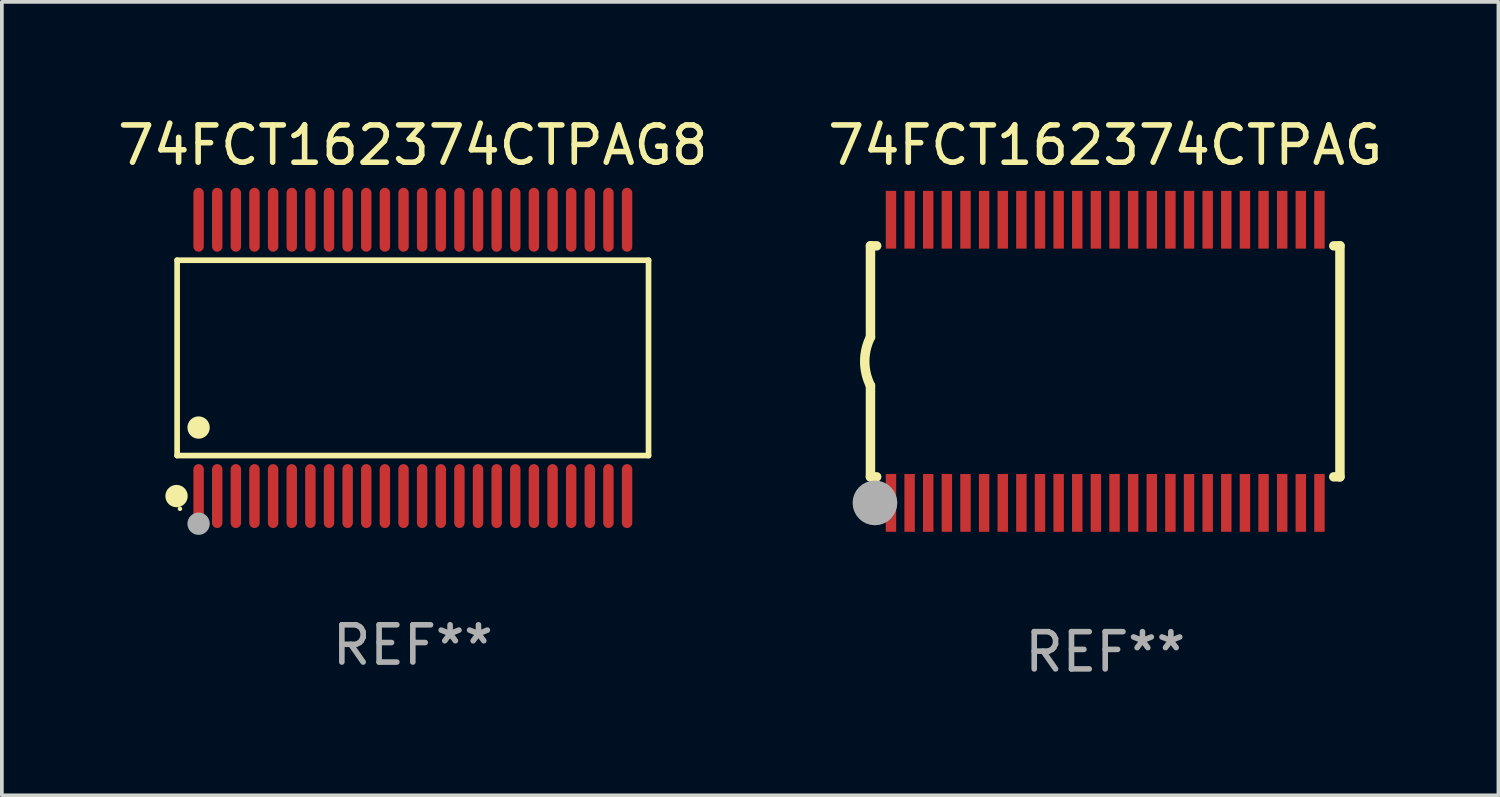
<source format=kicad_pcb>
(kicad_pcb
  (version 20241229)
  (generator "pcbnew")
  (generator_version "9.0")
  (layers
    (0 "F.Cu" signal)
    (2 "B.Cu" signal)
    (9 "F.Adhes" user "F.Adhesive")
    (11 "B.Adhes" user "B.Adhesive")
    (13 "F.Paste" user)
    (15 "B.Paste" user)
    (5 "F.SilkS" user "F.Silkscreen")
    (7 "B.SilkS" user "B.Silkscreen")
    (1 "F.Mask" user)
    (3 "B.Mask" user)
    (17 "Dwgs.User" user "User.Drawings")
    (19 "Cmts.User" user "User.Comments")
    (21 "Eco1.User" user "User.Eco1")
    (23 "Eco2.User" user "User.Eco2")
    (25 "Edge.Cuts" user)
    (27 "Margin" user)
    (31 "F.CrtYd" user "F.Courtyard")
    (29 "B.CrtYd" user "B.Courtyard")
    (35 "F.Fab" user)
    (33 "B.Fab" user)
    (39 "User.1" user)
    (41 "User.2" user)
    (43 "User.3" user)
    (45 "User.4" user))
  (footprint "74FCT162374CTPAG8"
    (layer "F.Cu")
    (at 8.03 6.556)
    (property "Reference" "74FCT162374CTPAG8" (at 0 -5.708 0) (layer "F.SilkS") (effects (font (size 1 1) (thickness 0.15))))
    (attr through_hole)
    (fp_line (start -6.326 -2.622) (end 6.326 -2.622) (stroke (width 0.152) (type solid)) (layer "F.SilkS"))
    (fp_line (start -6.326 2.621) (end -6.326 -2.622) (stroke (width 0.152) (type solid)) (layer "F.SilkS"))
    (fp_line (start 6.326 -2.622) (end 6.326 2.621) (stroke (width 0.152) (type solid)) (layer "F.SilkS"))
    (fp_line (start 6.326 2.621) (end -6.326 2.621) (stroke (width 0.152) (type solid)) (layer "F.SilkS"))
    (fp_circle (center -6.342 3.708) (end -6.192 3.708) (stroke (width 0.3) (type solid)) (fill no) (layer "F.SilkS"))
    (fp_circle (center -6.25 4.05) (end -6.22 4.05) (stroke (width 0.06) (type solid)) (fill no) (layer "F.SilkS"))
    (fp_circle (center -5.75 1.869) (end -5.6 1.869) (stroke (width 0.3) (type solid)) (fill no) (layer "F.SilkS"))
    (fp_circle (center -5.75 4.45) (end -5.6 4.45) (stroke (width 0.3) (type solid)) (fill no) (layer "F.Fab"))
    (fp_text user "REF**" (at 0 7.708 0) (layer "F.Fab") (effects (font (size 1 1) (thickness 0.15))))
    (pad "1" smd oval (at -5.75 3.708) (size 0.28 1.715) (layers "F.Cu" "F.Mask" "F.Paste"))
    (pad "2" smd oval (at -5.25 3.708) (size 0.28 1.715) (layers "F.Cu" "F.Mask" "F.Paste"))
    (pad "3" smd oval (at -4.75 3.708) (size 0.28 1.715) (layers "F.Cu" "F.Mask" "F.Paste"))
    (pad "4" smd oval (at -4.25 3.708) (size 0.28 1.715) (layers "F.Cu" "F.Mask" "F.Paste"))
    (pad "5" smd oval (at -3.75 3.708) (size 0.28 1.715) (layers "F.Cu" "F.Mask" "F.Paste"))
    (pad "6" smd oval (at -3.25 3.708) (size 0.28 1.715) (layers "F.Cu" "F.Mask" "F.Paste"))
    (pad "7" smd oval (at -2.75 3.708) (size 0.28 1.715) (layers "F.Cu" "F.Mask" "F.Paste"))
    (pad "8" smd oval (at -2.25 3.708) (size 0.28 1.715) (layers "F.Cu" "F.Mask" "F.Paste"))
    (pad "9" smd oval (at -1.75 3.708) (size 0.28 1.715) (layers "F.Cu" "F.Mask" "F.Paste"))
    (pad "10" smd oval (at -1.25 3.708) (size 0.28 1.715) (layers "F.Cu" "F.Mask" "F.Paste"))
    (pad "11" smd oval (at -0.75 3.708) (size 0.28 1.715) (layers "F.Cu" "F.Mask" "F.Paste"))
    (pad "12" smd oval (at -0.25 3.708) (size 0.28 1.715) (layers "F.Cu" "F.Mask" "F.Paste"))
    (pad "13" smd oval (at 0.25 3.708) (size 0.28 1.715) (layers "F.Cu" "F.Mask" "F.Paste"))
    (pad "14" smd oval (at 0.75 3.708) (size 0.28 1.715) (layers "F.Cu" "F.Mask" "F.Paste"))
    (pad "15" smd oval (at 1.25 3.708) (size 0.28 1.715) (layers "F.Cu" "F.Mask" "F.Paste"))
    (pad "16" smd oval (at 1.75 3.708) (size 0.28 1.715) (layers "F.Cu" "F.Mask" "F.Paste"))
    (pad "17" smd oval (at 2.25 3.708) (size 0.28 1.715) (layers "F.Cu" "F.Mask" "F.Paste"))
    (pad "18" smd oval (at 2.75 3.708) (size 0.28 1.715) (layers "F.Cu" "F.Mask" "F.Paste"))
    (pad "19" smd oval (at 3.25 3.708) (size 0.28 1.715) (layers "F.Cu" "F.Mask" "F.Paste"))
    (pad "20" smd oval (at 3.75 3.708) (size 0.28 1.715) (layers "F.Cu" "F.Mask" "F.Paste"))
    (pad "21" smd oval (at 4.25 3.708) (size 0.28 1.715) (layers "F.Cu" "F.Mask" "F.Paste"))
    (pad "22" smd oval (at 4.75 3.708) (size 0.28 1.715) (layers "F.Cu" "F.Mask" "F.Paste"))
    (pad "23" smd oval (at 5.25 3.708) (size 0.28 1.715) (layers "F.Cu" "F.Mask" "F.Paste"))
    (pad "24" smd oval (at 5.75 3.708) (size 0.28 1.715) (layers "F.Cu" "F.Mask" "F.Paste"))
    (pad "25" smd oval (at 5.75 -3.708) (size 0.28 1.715) (layers "F.Cu" "F.Mask" "F.Paste"))
    (pad "26" smd oval (at 5.25 -3.708) (size 0.28 1.715) (layers "F.Cu" "F.Mask" "F.Paste"))
    (pad "27" smd oval (at 4.75 -3.708) (size 0.28 1.715) (layers "F.Cu" "F.Mask" "F.Paste"))
    (pad "28" smd oval (at 4.25 -3.708) (size 0.28 1.715) (layers "F.Cu" "F.Mask" "F.Paste"))
    (pad "29" smd oval (at 3.75 -3.708) (size 0.28 1.715) (layers "F.Cu" "F.Mask" "F.Paste"))
    (pad "30" smd oval (at 3.25 -3.708) (size 0.28 1.715) (layers "F.Cu" "F.Mask" "F.Paste"))
    (pad "31" smd oval (at 2.75 -3.708) (size 0.28 1.715) (layers "F.Cu" "F.Mask" "F.Paste"))
    (pad "32" smd oval (at 2.25 -3.708) (size 0.28 1.715) (layers "F.Cu" "F.Mask" "F.Paste"))
    (pad "33" smd oval (at 1.75 -3.708) (size 0.28 1.715) (layers "F.Cu" "F.Mask" "F.Paste"))
    (pad "34" smd oval (at 1.25 -3.708) (size 0.28 1.715) (layers "F.Cu" "F.Mask" "F.Paste"))
    (pad "35" smd oval (at 0.75 -3.708) (size 0.28 1.715) (layers "F.Cu" "F.Mask" "F.Paste"))
    (pad "36" smd oval (at 0.25 -3.708) (size 0.28 1.715) (layers "F.Cu" "F.Mask" "F.Paste"))
    (pad "37" smd oval (at -0.25 -3.708) (size 0.28 1.715) (layers "F.Cu" "F.Mask" "F.Paste"))
    (pad "38" smd oval (at -0.75 -3.708) (size 0.28 1.715) (layers "F.Cu" "F.Mask" "F.Paste"))
    (pad "39" smd oval (at -1.25 -3.708) (size 0.28 1.715) (layers "F.Cu" "F.Mask" "F.Paste"))
    (pad "40" smd oval (at -1.75 -3.708) (size 0.28 1.715) (layers "F.Cu" "F.Mask" "F.Paste"))
    (pad "41" smd oval (at -2.25 -3.708) (size 0.28 1.715) (layers "F.Cu" "F.Mask" "F.Paste"))
    (pad "42" smd oval (at -2.75 -3.708) (size 0.28 1.715) (layers "F.Cu" "F.Mask" "F.Paste"))
    (pad "43" smd oval (at -3.25 -3.708) (size 0.28 1.715) (layers "F.Cu" "F.Mask" "F.Paste"))
    (pad "44" smd oval (at -3.75 -3.708) (size 0.28 1.715) (layers "F.Cu" "F.Mask" "F.Paste"))
    (pad "45" smd oval (at -4.25 -3.708) (size 0.28 1.715) (layers "F.Cu" "F.Mask" "F.Paste"))
    (pad "46" smd oval (at -4.75 -3.708) (size 0.28 1.715) (layers "F.Cu" "F.Mask" "F.Paste"))
    (pad "47" smd oval (at -5.25 -3.708) (size 0.28 1.715) (layers "F.Cu" "F.Mask" "F.Paste"))
    (pad "48" smd oval (at -5.75 -3.708) (size 0.28 1.715) (layers "F.Cu" "F.Mask" "F.Paste")))
  (footprint "74FCT162374CTPAG"
    (layer "F.Cu")
    (at 26.613 6.648)
    (property "Reference" "74FCT162374CTPAG" (at 0 -5.8 0) (layer "F.SilkS") (effects (font (size 1 1) (thickness 0.15))))
    (attr through_hole)
    (fp_line (start -6.3 -3.1) (end -6.3 -0.65) (stroke (width 0.254) (type solid)) (layer "F.SilkS"))
    (fp_line (start -6.3 -3.1) (end -6.134 -3.1) (stroke (width 0.254) (type solid)) (layer "F.SilkS"))
    (fp_line (start -6.3 3.1) (end -6.3 0.65) (stroke (width 0.254) (type solid)) (layer "F.SilkS"))
    (fp_line (start -6.3 3.1) (end -6.134 3.1) (stroke (width 0.254) (type solid)) (layer "F.SilkS"))
    (fp_line (start 6.134 -3.1) (end 6.3 -3.1) (stroke (width 0.254) (type solid)) (layer "F.SilkS"))
    (fp_line (start 6.134 3.1) (end 6.3 3.1) (stroke (width 0.254) (type solid)) (layer "F.SilkS"))
    (fp_line (start 6.3 -3.1) (end 6.3 3.1) (stroke (width 0.254) (type solid)) (layer "F.SilkS"))
    (fp_arc (start -6.301016 0.650114) (mid -6.45413 -0.000082) (end -6.3 -0.650038) (stroke (width 0.254001) (type solid)) (layer "F.SilkS"))
    (fp_circle (center -6.35 3.81) (end -6.223 3.81) (stroke (width 0.254) (type solid)) (fill no) (layer "F.SilkS"))
    (fp_circle (center -6.25 4.05) (end -6.22 4.05) (stroke (width 0.06) (type solid)) (fill no) (layer "F.SilkS"))
    (fp_circle (center -6.18 3.8) (end -5.88 3.8) (stroke (width 0.6) (type solid)) (fill no) (layer "F.Fab"))
    (fp_text user "REF**" (at 0 7.8 0) (layer "F.Fab") (effects (font (size 1 1) (thickness 0.15))))
    (pad "1" smd rect (at -5.75 3.8) (size 0.28 1.55) (layers "F.Cu" "F.Mask" "F.Paste"))
    (pad "2" smd rect (at -5.25 3.8) (size 0.28 1.55) (layers "F.Cu" "F.Mask" "F.Paste"))
    (pad "3" smd rect (at -4.75 3.8) (size 0.28 1.55) (layers "F.Cu" "F.Mask" "F.Paste"))
    (pad "4" smd rect (at -4.25 3.8) (size 0.28 1.55) (layers "F.Cu" "F.Mask" "F.Paste"))
    (pad "5" smd rect (at -3.75 3.8) (size 0.28 1.55) (layers "F.Cu" "F.Mask" "F.Paste"))
    (pad "6" smd rect (at -3.25 3.8) (size 0.28 1.55) (layers "F.Cu" "F.Mask" "F.Paste"))
    (pad "7" smd rect (at -2.75 3.8) (size 0.28 1.55) (layers "F.Cu" "F.Mask" "F.Paste"))
    (pad "8" smd rect (at -2.25 3.8) (size 0.28 1.55) (layers "F.Cu" "F.Mask" "F.Paste"))
    (pad "9" smd rect (at -1.75 3.8) (size 0.28 1.55) (layers "F.Cu" "F.Mask" "F.Paste"))
    (pad "10" smd rect (at -1.25 3.8) (size 0.28 1.55) (layers "F.Cu" "F.Mask" "F.Paste"))
    (pad "11" smd rect (at -0.75 3.8) (size 0.28 1.55) (layers "F.Cu" "F.Mask" "F.Paste"))
    (pad "12" smd rect (at -0.25 3.8) (size 0.28 1.55) (layers "F.Cu" "F.Mask" "F.Paste"))
    (pad "13" smd rect (at 0.25 3.8) (size 0.28 1.55) (layers "F.Cu" "F.Mask" "F.Paste"))
    (pad "14" smd rect (at 0.75 3.8) (size 0.28 1.55) (layers "F.Cu" "F.Mask" "F.Paste"))
    (pad "15" smd rect (at 1.25 3.8) (size 0.28 1.55) (layers "F.Cu" "F.Mask" "F.Paste"))
    (pad "16" smd rect (at 1.75 3.8) (size 0.28 1.55) (layers "F.Cu" "F.Mask" "F.Paste"))
    (pad "17" smd rect (at 2.25 3.8) (size 0.28 1.55) (layers "F.Cu" "F.Mask" "F.Paste"))
    (pad "18" smd rect (at 2.75 3.8) (size 0.28 1.55) (layers "F.Cu" "F.Mask" "F.Paste"))
    (pad "19" smd rect (at 3.25 3.8) (size 0.28 1.55) (layers "F.Cu" "F.Mask" "F.Paste"))
    (pad "20" smd rect (at 3.75 3.8) (size 0.28 1.55) (layers "F.Cu" "F.Mask" "F.Paste"))
    (pad "21" smd rect (at 4.25 3.8) (size 0.28 1.55) (layers "F.Cu" "F.Mask" "F.Paste"))
    (pad "22" smd rect (at 4.75 3.8) (size 0.28 1.55) (layers "F.Cu" "F.Mask" "F.Paste"))
    (pad "23" smd rect (at 5.25 3.8) (size 0.28 1.55) (layers "F.Cu" "F.Mask" "F.Paste"))
    (pad "24" smd rect (at 5.75 3.8) (size 0.28 1.55) (layers "F.Cu" "F.Mask" "F.Paste"))
    (pad "25" smd rect (at 5.75 -3.8) (size 0.28 1.55) (layers "F.Cu" "F.Mask" "F.Paste"))
    (pad "26" smd rect (at 5.25 -3.8) (size 0.28 1.55) (layers "F.Cu" "F.Mask" "F.Paste"))
    (pad "27" smd rect (at 4.75 -3.8) (size 0.28 1.55) (layers "F.Cu" "F.Mask" "F.Paste"))
    (pad "28" smd rect (at 4.25 -3.8) (size 0.28 1.55) (layers "F.Cu" "F.Mask" "F.Paste"))
    (pad "29" smd rect (at 3.75 -3.8) (size 0.28 1.55) (layers "F.Cu" "F.Mask" "F.Paste"))
    (pad "30" smd rect (at 3.25 -3.8) (size 0.28 1.55) (layers "F.Cu" "F.Mask" "F.Paste"))
    (pad "31" smd rect (at 2.75 -3.8) (size 0.28 1.55) (layers "F.Cu" "F.Mask" "F.Paste"))
    (pad "32" smd rect (at 2.25 -3.8) (size 0.28 1.55) (layers "F.Cu" "F.Mask" "F.Paste"))
    (pad "33" smd rect (at 1.75 -3.8) (size 0.28 1.55) (layers "F.Cu" "F.Mask" "F.Paste"))
    (pad "34" smd rect (at 1.25 -3.8) (size 0.28 1.55) (layers "F.Cu" "F.Mask" "F.Paste"))
    (pad "35" smd rect (at 0.75 -3.8) (size 0.28 1.55) (layers "F.Cu" "F.Mask" "F.Paste"))
    (pad "36" smd rect (at 0.25 -3.8) (size 0.28 1.55) (layers "F.Cu" "F.Mask" "F.Paste"))
    (pad "37" smd rect (at -0.25 -3.8) (size 0.28 1.55) (layers "F.Cu" "F.Mask" "F.Paste"))
    (pad "38" smd rect (at -0.75 -3.8) (size 0.28 1.55) (layers "F.Cu" "F.Mask" "F.Paste"))
    (pad "39" smd rect (at -1.25 -3.8) (size 0.28 1.55) (layers "F.Cu" "F.Mask" "F.Paste"))
    (pad "40" smd rect (at -1.75 -3.8) (size 0.28 1.55) (layers "F.Cu" "F.Mask" "F.Paste"))
    (pad "41" smd rect (at -2.25 -3.8) (size 0.28 1.55) (layers "F.Cu" "F.Mask" "F.Paste"))
    (pad "42" smd rect (at -2.75 -3.8) (size 0.28 1.55) (layers "F.Cu" "F.Mask" "F.Paste"))
    (pad "43" smd rect (at -3.25 -3.8) (size 0.28 1.55) (layers "F.Cu" "F.Mask" "F.Paste"))
    (pad "44" smd rect (at -3.75 -3.8) (size 0.28 1.55) (layers "F.Cu" "F.Mask" "F.Paste"))
    (pad "45" smd rect (at -4.25 -3.8) (size 0.28 1.55) (layers "F.Cu" "F.Mask" "F.Paste"))
    (pad "46" smd rect (at -4.75 -3.8) (size 0.28 1.55) (layers "F.Cu" "F.Mask" "F.Paste"))
    (pad "47" smd rect (at -5.25 -3.8) (size 0.28 1.55) (layers "F.Cu" "F.Mask" "F.Paste"))
    (pad "48" smd rect (at -5.75 -3.8) (size 0.28 1.55) (layers "F.Cu" "F.Mask" "F.Paste")))
  (gr_rect
    (start -3 -3)
    (end 37.167 18.296)
    (stroke (width 0.1) (type default))
    (fill no)
    (layer "Edge.Cuts")))
</source>
